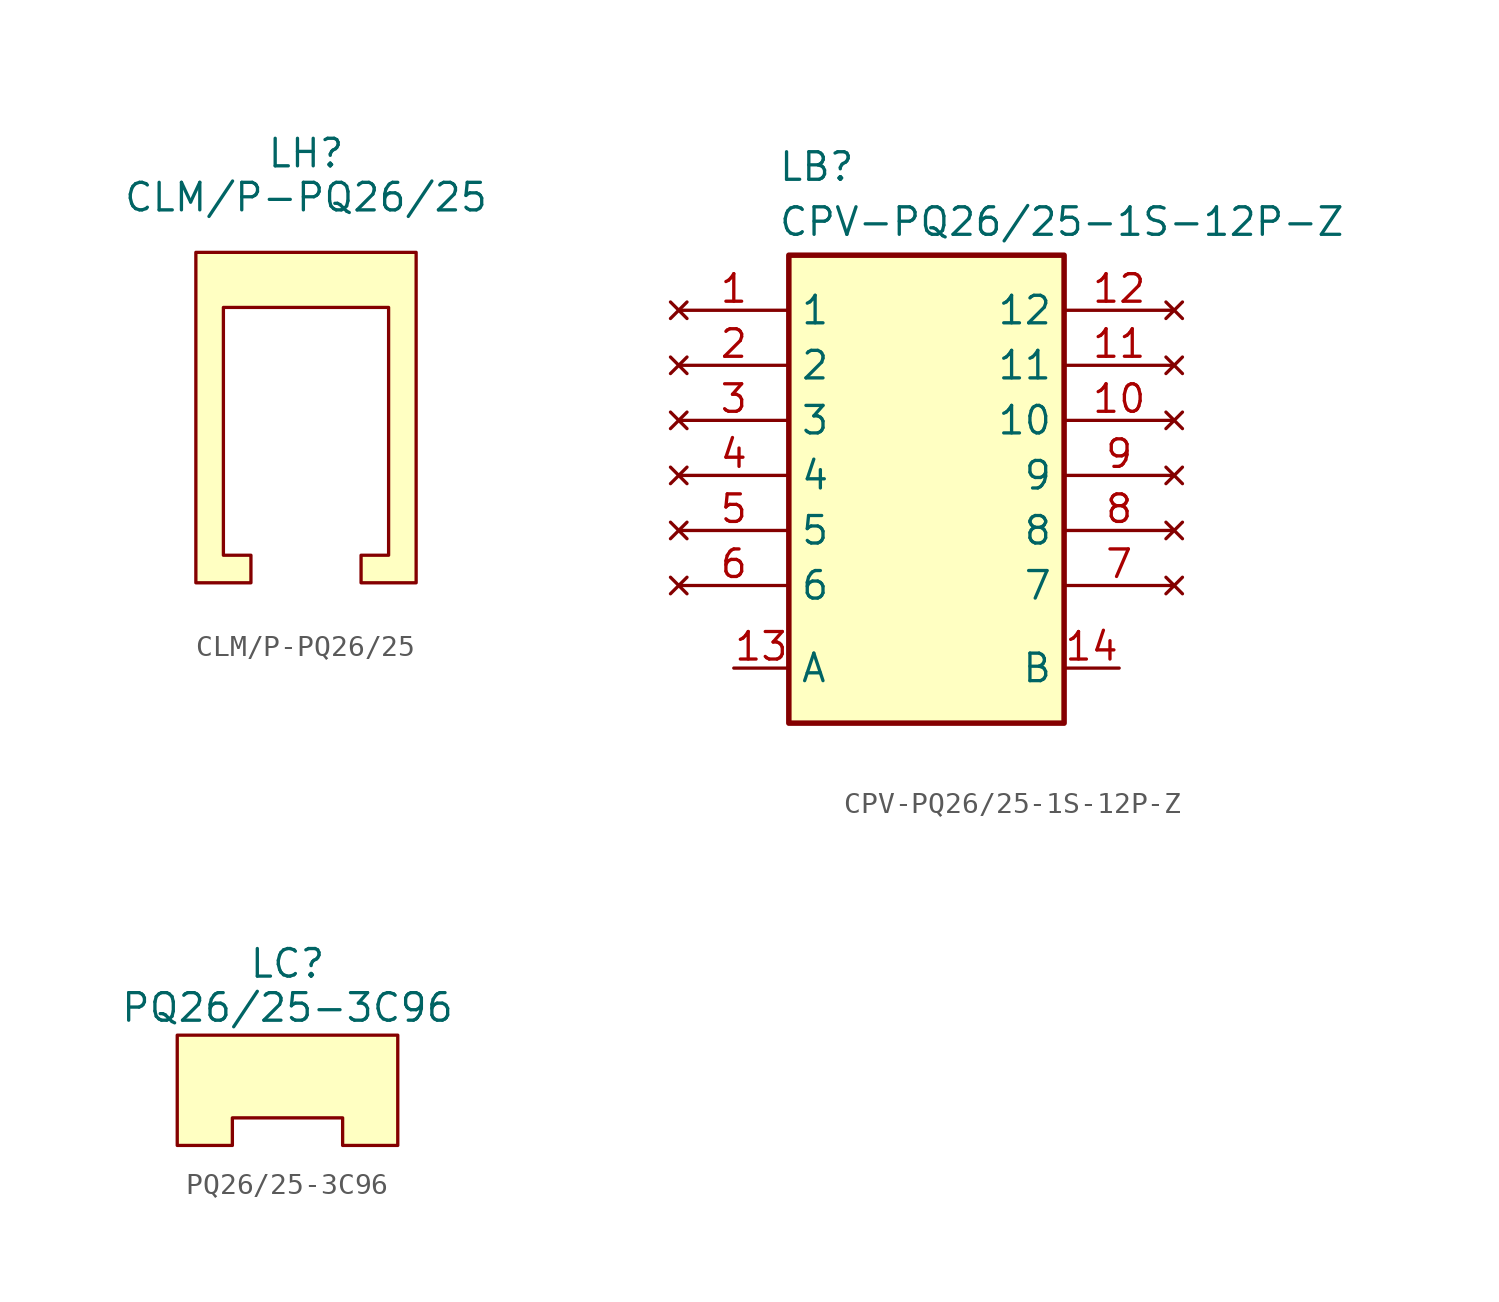
<source format=kicad_sym>
(kicad_symbol_lib
  (version 20231120)
  (generator "kicad_symbol_editor")
  (generator_version "8.0")
  (symbol "CLM/P-PQ26/25"
    (property "Reference" "LH"
      (at 0 2.032 0)
      (effects (font (size 1.27 1.27))))
    (property "Value" "CLM/P-PQ26/25"
      (at 0 0 0)
      (effects (font (size 1.27 1.27))))
    (symbol "CLM/P-PQ26/25_1_1"
      (polyline (pts (xy -5.08 -2.54) (xy 5.08 -2.54) (xy 5.08 -17.78) (xy 2.54 -17.78) (xy 2.54 -16.51) (xy 3.81 -16.51) (xy 3.81 -5.08) (xy -3.81 -5.08) (xy -3.81 -16.51) (xy -2.54 -16.51) (xy -2.54 -17.78) (xy -5.08 -17.78) (xy -5.08 -2.54)) (stroke (width 0) (type default)) (fill (type background)))))
  (symbol "CPV-PQ26/25-1S-12P-Z"
    (property "Reference" "LB"
      (at 4.572 7.366 0)
      (effects (font (size 1.27 1.27)) (justify left top)))
    (property "Value" "CPV-PQ26/25-1S-12P-Z"
      (at 4.572 4.826 0)
      (effects (font (size 1.27 1.27)) (justify left top)))
    (symbol "CPV-PQ26/25-1S-12P-Z_1_1"
      (rectangle (start 5.08 2.54) (end 17.78 -19.05) (stroke (width 0.254) (type default)) (fill (type background)))
      (pin no_connect line (at 0 0 0) (length 5.08) (name "1" (effects (font (size 1.27 1.27)))) (number "1" (effects (font (size 1.27 1.27)))))
      (pin no_connect line (at 22.86 -5.08 180) (length 5.08) (name "10" (effects (font (size 1.27 1.27)))) (number "10" (effects (font (size 1.27 1.27)))))
      (pin no_connect line (at 22.86 -2.54 180) (length 5.08) (name "11" (effects (font (size 1.27 1.27)))) (number "11" (effects (font (size 1.27 1.27)))))
      (pin no_connect line (at 22.86 0 180) (length 5.08) (name "12" (effects (font (size 1.27 1.27)))) (number "12" (effects (font (size 1.27 1.27)))))
      (pin input line (at 2.54 -16.51 0) (length 2.54) (name "A" (effects (font (size 1.27 1.27)))) (number "13" (effects (font (size 1.27 1.27)))))
      (pin input line (at 20.32 -16.51 180) (length 2.54) (name "B" (effects (font (size 1.27 1.27)))) (number "14" (effects (font (size 1.27 1.27)))))
      (pin no_connect line (at 0 -2.54 0) (length 5.08) (name "2" (effects (font (size 1.27 1.27)))) (number "2" (effects (font (size 1.27 1.27)))))
      (pin no_connect line (at 0 -5.08 0) (length 5.08) (name "3" (effects (font (size 1.27 1.27)))) (number "3" (effects (font (size 1.27 1.27)))))
      (pin no_connect line (at 0 -7.62 0) (length 5.08) (name "4" (effects (font (size 1.27 1.27)))) (number "4" (effects (font (size 1.27 1.27)))))
      (pin no_connect line (at 0 -10.16 0) (length 5.08) (name "5" (effects (font (size 1.27 1.27)))) (number "5" (effects (font (size 1.27 1.27)))))
      (pin no_connect line (at 0 -12.7 0) (length 5.08) (name "6" (effects (font (size 1.27 1.27)))) (number "6" (effects (font (size 1.27 1.27)))))
      (pin no_connect line (at 22.86 -12.7 180) (length 5.08) (name "7" (effects (font (size 1.27 1.27)))) (number "7" (effects (font (size 1.27 1.27)))))
      (pin no_connect line (at 22.86 -10.16 180) (length 5.08) (name "8" (effects (font (size 1.27 1.27)))) (number "8" (effects (font (size 1.27 1.27)))))
      (pin no_connect line (at 22.86 -7.62 180) (length 5.08) (name "9" (effects (font (size 1.27 1.27)))) (number "9" (effects (font (size 1.27 1.27)))))))
  (symbol "PQ26/25-3C96"
    (property "Reference" "LC"
      (at 0 2.032 0)
      (effects (font (size 1.27 1.27))))
    (property "Value" "PQ26/25-3C96"
      (at 0 0 0)
      (effects (font (size 1.27 1.27))))
    (symbol "PQ26/25-3C96_0_1"
      (polyline (pts (xy -5.08 -1.27) (xy 5.08 -1.27) (xy 5.08 -6.35) (xy 2.54 -6.35) (xy 2.54 -5.08) (xy -2.54 -5.08) (xy -2.54 -6.35) (xy -5.08 -6.35) (xy -5.08 -1.27)) (stroke (width 0) (type default)) (fill (type background))))))
</source>
